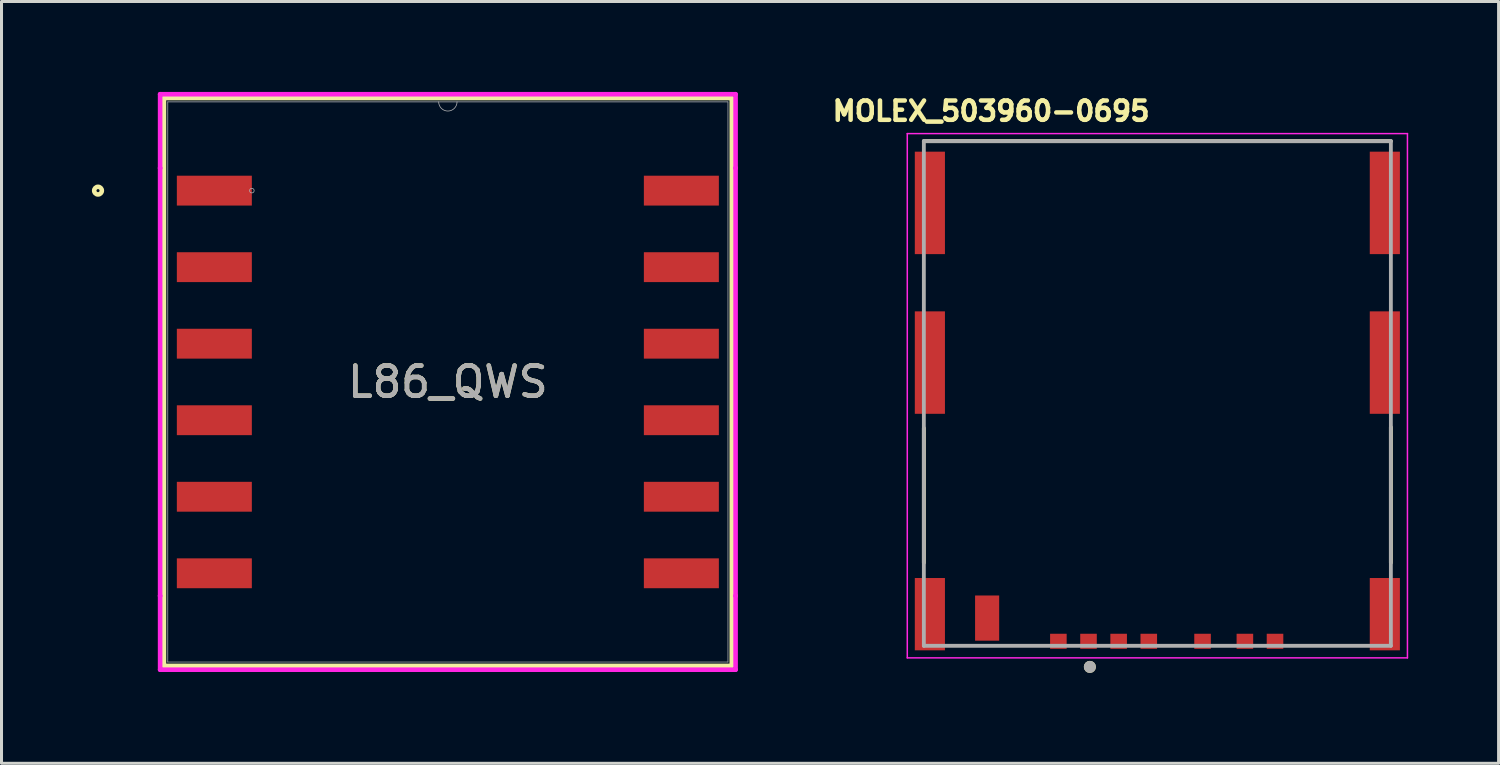
<source format=kicad_pcb>
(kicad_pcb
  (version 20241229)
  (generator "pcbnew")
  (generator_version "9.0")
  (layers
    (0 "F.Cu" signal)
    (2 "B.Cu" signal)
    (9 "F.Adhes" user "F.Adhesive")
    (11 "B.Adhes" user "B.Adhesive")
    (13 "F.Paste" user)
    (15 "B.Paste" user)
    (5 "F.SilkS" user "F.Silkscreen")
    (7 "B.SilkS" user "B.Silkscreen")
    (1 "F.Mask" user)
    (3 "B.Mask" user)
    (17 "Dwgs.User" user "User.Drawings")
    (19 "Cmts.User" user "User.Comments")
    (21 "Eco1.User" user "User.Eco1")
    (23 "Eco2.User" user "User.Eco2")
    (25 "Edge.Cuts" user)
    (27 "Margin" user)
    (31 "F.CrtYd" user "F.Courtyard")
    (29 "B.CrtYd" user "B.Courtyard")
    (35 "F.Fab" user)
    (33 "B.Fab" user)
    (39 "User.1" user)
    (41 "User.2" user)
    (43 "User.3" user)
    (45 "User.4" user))
  (footprint "L86_QWS"
    (layer "F.Cu")
    (at 11.814 9.627)
    (property "Reference" "L86_QWS" (at 0 0 0) (unlocked yes) (layer "F.SilkS") (effects (font (size 1 1) (thickness 0.15))))
    (attr smd)
    (fp_line (start -9.423 -9.423) (end -9.423 9.423) (stroke (width 0.152) (type solid)) (layer "F.SilkS"))
    (fp_line (start -9.423 9.423) (end 9.423 9.423) (stroke (width 0.152) (type solid)) (layer "F.SilkS"))
    (fp_line (start 9.423 -9.423) (end -9.423 -9.423) (stroke (width 0.152) (type solid)) (layer "F.SilkS"))
    (fp_line (start 9.423 9.423) (end 9.423 -9.423) (stroke (width 0.152) (type solid)) (layer "F.SilkS"))
    (fp_circle (center -11.611 -6.35) (end -11.484 -6.35) (stroke (width 0.152) (type solid)) (fill no) (layer "F.SilkS"))
    (fp_line (start -9.55 -9.55) (end 9.55 -9.55) (stroke (width 0.152) (type solid)) (layer "F.CrtYd"))
    (fp_line (start -9.55 -7.099) (end -9.55 -9.55) (stroke (width 0.152) (type solid)) (layer "F.CrtYd"))
    (fp_line (start -9.55 -7.099) (end -9.55 -7.099) (stroke (width 0.152) (type solid)) (layer "F.CrtYd"))
    (fp_line (start -9.55 7.099) (end -9.55 -7.099) (stroke (width 0.152) (type solid)) (layer "F.CrtYd"))
    (fp_line (start -9.55 7.099) (end -9.55 7.099) (stroke (width 0.152) (type solid)) (layer "F.CrtYd"))
    (fp_line (start -9.55 9.55) (end -9.55 7.099) (stroke (width 0.152) (type solid)) (layer "F.CrtYd"))
    (fp_line (start 9.55 -9.55) (end 9.55 -7.099) (stroke (width 0.152) (type solid)) (layer "F.CrtYd"))
    (fp_line (start 9.55 -7.099) (end 9.55 -7.099) (stroke (width 0.152) (type solid)) (layer "F.CrtYd"))
    (fp_line (start 9.55 -7.099) (end 9.55 7.099) (stroke (width 0.152) (type solid)) (layer "F.CrtYd"))
    (fp_line (start 9.55 7.099) (end 9.55 7.099) (stroke (width 0.152) (type solid)) (layer "F.CrtYd"))
    (fp_line (start 9.55 7.099) (end 9.55 9.55) (stroke (width 0.152) (type solid)) (layer "F.CrtYd"))
    (fp_line (start 9.55 9.55) (end -9.55 9.55) (stroke (width 0.152) (type solid)) (layer "F.CrtYd"))
    (fp_line (start -9.296 -9.296) (end -9.296 9.296) (stroke (width 0.025) (type solid)) (layer "F.Fab"))
    (fp_line (start -9.296 9.296) (end 9.296 9.296) (stroke (width 0.025) (type solid)) (layer "F.Fab"))
    (fp_line (start 9.296 -9.296) (end -9.296 -9.296) (stroke (width 0.025) (type solid)) (layer "F.Fab"))
    (fp_line (start 9.296 9.296) (end 9.296 -9.296) (stroke (width 0.025) (type solid)) (layer "F.Fab"))
    (fp_arc (start 0.3048 -9.2964) (mid 0 -8.9916) (end -0.3048 -9.2964) (stroke (width 0.0254) (type solid)) (layer "F.Fab"))
    (fp_circle (center -6.505 -6.35) (end -6.429 -6.35) (stroke (width 0.025) (type solid)) (fill no) (layer "F.Fab"))
    (fp_text user "${REFERENCE}" (at 0 0 0) (unlocked yes) (layer "F.Fab") (effects (font (size 1 1) (thickness 0.15))))
    (pad "1" smd rect (at -7.75 -6.35) (size 2.489 0.991) (layers "F.Cu" "F.Mask" "F.Paste"))
    (pad "2" smd rect (at -7.75 -3.81) (size 2.489 0.991) (layers "F.Cu" "F.Mask" "F.Paste"))
    (pad "3" smd rect (at -7.75 -1.27) (size 2.489 0.991) (layers "F.Cu" "F.Mask" "F.Paste"))
    (pad "4" smd rect (at -7.75 1.27) (size 2.489 0.991) (layers "F.Cu" "F.Mask" "F.Paste"))
    (pad "5" smd rect (at -7.75 3.81) (size 2.489 0.991) (layers "F.Cu" "F.Mask" "F.Paste"))
    (pad "6" smd rect (at -7.75 6.35) (size 2.489 0.991) (layers "F.Cu" "F.Mask" "F.Paste"))
    (pad "7" smd rect (at 7.75 6.35) (size 2.489 0.991) (layers "F.Cu" "F.Mask" "F.Paste"))
    (pad "8" smd rect (at 7.75 3.81) (size 2.489 0.991) (layers "F.Cu" "F.Mask" "F.Paste"))
    (pad "9" smd rect (at 7.75 1.27) (size 2.489 0.991) (layers "F.Cu" "F.Mask" "F.Paste"))
    (pad "10" smd rect (at 7.75 -1.27) (size 2.489 0.991) (layers "F.Cu" "F.Mask" "F.Paste"))
    (pad "11" smd rect (at 7.75 -3.81) (size 2.489 0.991) (layers "F.Cu" "F.Mask" "F.Paste"))
    (pad "12" smd rect (at 7.75 -6.35) (size 2.489 0.991) (layers "F.Cu" "F.Mask" "F.Paste")))
  (footprint "MOLEX_503960-0695"
    (layer "F.Cu")
    (at 35.362 10.009)
    (property "Reference" "MOLEX_503960-0695" (at -5.518 -9.372 0) (layer "F.SilkS") (effects (font (size 0.64 0.64) (thickness 0.15))))
    (attr smd)
    (fp_line (start -7.75 -8.375) (end 7.75 -8.375) (stroke (width 0.127) (type solid)) (layer "F.SilkS"))
    (fp_line (start -7.75 1.15) (end -7.75 5.62) (stroke (width 0.127) (type solid)) (layer "F.SilkS"))
    (fp_line (start 7.75 5.62) (end 7.75 1.12) (stroke (width 0.127) (type solid)) (layer "F.SilkS"))
    (fp_circle (center -2.24 9.075) (end -2.14 9.075) (stroke (width 0.2) (type solid)) (fill no) (layer "F.SilkS"))
    (fp_line (start -8.3 -8.625) (end 8.3 -8.625) (stroke (width 0.05) (type solid)) (layer "F.CrtYd"))
    (fp_line (start -8.3 8.775) (end -8.3 -8.625) (stroke (width 0.05) (type solid)) (layer "F.CrtYd"))
    (fp_line (start 8.3 -8.625) (end 8.3 8.775) (stroke (width 0.05) (type solid)) (layer "F.CrtYd"))
    (fp_line (start 8.3 8.775) (end -8.3 8.775) (stroke (width 0.05) (type solid)) (layer "F.CrtYd"))
    (fp_line (start -7.75 -8.375) (end 7.75 -8.375) (stroke (width 0.127) (type solid)) (layer "F.Fab"))
    (fp_line (start -7.75 8.375) (end -7.75 -8.375) (stroke (width 0.127) (type solid)) (layer "F.Fab"))
    (fp_line (start 7.75 -8.375) (end 7.75 8.375) (stroke (width 0.127) (type solid)) (layer "F.Fab"))
    (fp_line (start 7.75 8.375) (end -7.75 8.375) (stroke (width 0.127) (type solid)) (layer "F.Fab"))
    (fp_circle (center -2.24 9.075) (end -2.14 9.075) (stroke (width 0.2) (type solid)) (fill no) (layer "F.Fab"))
    (pad "C1" smd rect (at -2.285 8.225) (size 0.55 0.5) (layers "F.Cu" "F.Mask" "F.Paste"))
    (pad "C2" smd rect (at -0.285 8.225) (size 0.55 0.5) (layers "F.Cu" "F.Mask" "F.Paste"))
    (pad "C3" smd rect (at 3.905 8.225) (size 0.55 0.5) (layers "F.Cu" "F.Mask" "F.Paste"))
    (pad "C5" smd rect (at -3.285 8.225) (size 0.55 0.5) (layers "F.Cu" "F.Mask" "F.Paste"))
    (pad "C6" smd rect (at -1.285 8.225) (size 0.55 0.5) (layers "F.Cu" "F.Mask" "F.Paste"))
    (pad "C7" smd rect (at 2.905 8.225) (size 0.55 0.5) (layers "F.Cu" "F.Mask" "F.Paste"))
    (pad "DL" smd rect (at -5.65 7.455) (size 0.8 1.5) (layers "F.Cu" "F.Mask" "F.Paste"))
    (pad "DS" smd rect (at 1.5 8.225) (size 0.55 0.5) (layers "F.Cu" "F.Mask" "F.Paste"))
    (pad "S1" smd rect (at -7.55 7.325) (size 1 2.4) (layers "F.Cu" "F.Mask" "F.Paste"))
    (pad "S2" smd rect (at -7.55 -1.025) (size 1 3.4) (layers "F.Cu" "F.Mask" "F.Paste"))
    (pad "S3" smd rect (at -7.55 -6.325) (size 1 3.4) (layers "F.Cu" "F.Mask" "F.Paste"))
    (pad "S4" smd rect (at 7.55 -6.325) (size 1 3.4) (layers "F.Cu" "F.Mask" "F.Paste"))
    (pad "S5" smd rect (at 7.55 -1.025) (size 1 3.4) (layers "F.Cu" "F.Mask" "F.Paste"))
    (pad "S6" smd rect (at 7.55 7.325) (size 1 2.4) (layers "F.Cu" "F.Mask" "F.Paste"))
    (zone (net_name "") (layer "F.Cu") (hatch full 0.508) (connect_pads) (min_thickness 0.01) (filled_areas_thickness no) (keepout (tracks not_allowed) (vias not_allowed) (pads not_allowed) (copperpour not_allowed) (footprints allowed)) (placement (enabled no)) (fill) (polygon (pts (xy 31.892 1.634) (xy 34.232 1.634) (xy 34.232 5.534) (xy 31.892 5.534))))
    (zone (net_name "") (layer "F.Cu") (hatch full 0.508) (connect_pads) (min_thickness 0.01) (filled_areas_thickness no) (keepout (tracks not_allowed) (vias not_allowed) (pads not_allowed) (copperpour not_allowed) (footprints allowed)) (placement (enabled no)) (fill) (polygon (pts (xy 31.892 7.534) (xy 34.232 7.534) (xy 34.232 12.634) (xy 31.892 12.634))))
    (zone (net_name "") (layer "F.Cu") (hatch full 0.508) (connect_pads) (min_thickness 0.01) (filled_areas_thickness no) (keepout (tracks not_allowed) (vias not_allowed) (pads not_allowed) (copperpour not_allowed) (footprints allowed)) (placement (enabled no)) (fill) (polygon (pts (xy 34.432 1.634) (xy 36.772 1.634) (xy 36.772 5.534) (xy 34.432 5.534))))
    (zone (net_name "") (layer "F.Cu") (hatch full 0.508) (connect_pads) (min_thickness 0.01) (filled_areas_thickness no) (keepout (tracks not_allowed) (vias not_allowed) (pads not_allowed) (copperpour not_allowed) (footprints allowed)) (placement (enabled no)) (fill) (polygon (pts (xy 34.432 7.534) (xy 36.772 7.534) (xy 36.772 12.634) (xy 34.432 12.634))))
    (zone (net_name "") (layer "F.Cu") (hatch full 0.508) (connect_pads) (min_thickness 0.01) (filled_areas_thickness no) (keepout (tracks not_allowed) (vias not_allowed) (pads not_allowed) (copperpour not_allowed) (footprints allowed)) (placement (enabled no)) (fill) (polygon (pts (xy 35.987 15.364) (xy 37.737 15.364) (xy 37.737 17.414) (xy 35.987 17.414))))
    (zone (net_name "") (layer "F.Cu") (hatch full 0.508) (connect_pads) (min_thickness 0.01) (filled_areas_thickness no) (keepout (tracks not_allowed) (vias not_allowed) (pads not_allowed) (copperpour not_allowed) (footprints allowed)) (placement (enabled no)) (fill) (polygon (pts (xy 36.972 1.634) (xy 39.312 1.634) (xy 39.312 5.534) (xy 36.972 5.534))))
    (zone (net_name "") (layer "F.Cu") (hatch full 0.508) (connect_pads) (min_thickness 0.01) (filled_areas_thickness no) (keepout (tracks not_allowed) (vias not_allowed) (pads not_allowed) (copperpour not_allowed) (footprints allowed)) (placement (enabled no)) (fill) (polygon (pts (xy 36.972 7.534) (xy 39.312 7.534) (xy 39.312 12.634) (xy 36.972 12.634))))
    (zone (net_name "") (layers "F.Cu" "B.Cu") (hatch full 0.508) (connect_pads) (min_thickness 0.01) (filled_areas_thickness no) (keepout (tracks allowed) (vias not_allowed) (pads allowed) (copperpour allowed) (footprints allowed)) (placement (enabled no)) (fill) (polygon (pts (xy 31.892 1.634) (xy 34.232 1.634) (xy 34.232 5.534) (xy 31.892 5.534))))
    (zone (net_name "") (layers "F.Cu" "B.Cu") (hatch full 0.508) (connect_pads) (min_thickness 0.01) (filled_areas_thickness no) (keepout (tracks allowed) (vias not_allowed) (pads allowed) (copperpour allowed) (footprints allowed)) (placement (enabled no)) (fill) (polygon (pts (xy 31.892 7.534) (xy 34.232 7.534) (xy 34.232 12.634) (xy 31.892 12.634))))
    (zone (net_name "") (layers "F.Cu" "B.Cu") (hatch full 0.508) (connect_pads) (min_thickness 0.01) (filled_areas_thickness no) (keepout (tracks allowed) (vias not_allowed) (pads allowed) (copperpour allowed) (footprints allowed)) (placement (enabled no)) (fill) (polygon (pts (xy 34.432 1.634) (xy 36.772 1.634) (xy 36.772 5.534) (xy 34.432 5.534))))
    (zone (net_name "") (layers "F.Cu" "B.Cu") (hatch full 0.508) (connect_pads) (min_thickness 0.01) (filled_areas_thickness no) (keepout (tracks allowed) (vias not_allowed) (pads allowed) (copperpour allowed) (footprints allowed)) (placement (enabled no)) (fill) (polygon (pts (xy 34.432 7.534) (xy 36.772 7.534) (xy 36.772 12.634) (xy 34.432 12.634))))
    (zone (net_name "") (layers "F.Cu" "B.Cu") (hatch full 0.508) (connect_pads) (min_thickness 0.01) (filled_areas_thickness no) (keepout (tracks allowed) (vias not_allowed) (pads allowed) (copperpour allowed) (footprints allowed)) (placement (enabled no)) (fill) (polygon (pts (xy 35.987 15.364) (xy 37.737 15.364) (xy 37.737 17.414) (xy 35.987 17.414))))
    (zone (net_name "") (layers "F.Cu" "B.Cu") (hatch full 0.508) (connect_pads) (min_thickness 0.01) (filled_areas_thickness no) (keepout (tracks allowed) (vias not_allowed) (pads allowed) (copperpour allowed) (footprints allowed)) (placement (enabled no)) (fill) (polygon (pts (xy 36.972 1.634) (xy 39.312 1.634) (xy 39.312 5.534) (xy 36.972 5.534))))
    (zone (net_name "") (layers "F.Cu" "B.Cu") (hatch full 0.508) (connect_pads) (min_thickness 0.01) (filled_areas_thickness no) (keepout (tracks allowed) (vias not_allowed) (pads allowed) (copperpour allowed) (footprints allowed)) (placement (enabled no)) (fill) (polygon (pts (xy 36.972 7.534) (xy 39.312 7.534) (xy 39.312 12.634) (xy 36.972 12.634)))))
  (gr_rect
    (start -3 -3)
    (end 46.687 22.284)
    (stroke (width 0.1) (type default))
    (fill no)
    (layer "Edge.Cuts")))
</source>
